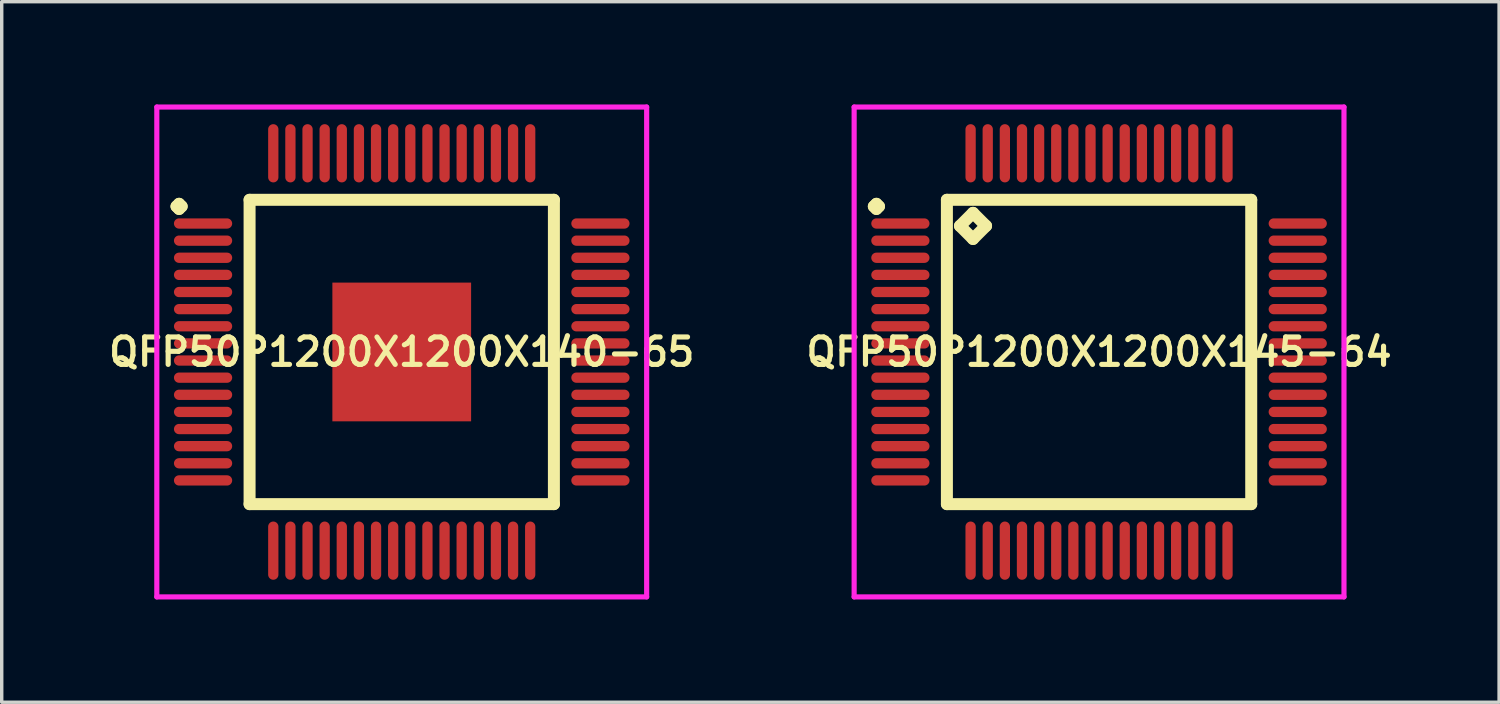
<source format=kicad_pcb>
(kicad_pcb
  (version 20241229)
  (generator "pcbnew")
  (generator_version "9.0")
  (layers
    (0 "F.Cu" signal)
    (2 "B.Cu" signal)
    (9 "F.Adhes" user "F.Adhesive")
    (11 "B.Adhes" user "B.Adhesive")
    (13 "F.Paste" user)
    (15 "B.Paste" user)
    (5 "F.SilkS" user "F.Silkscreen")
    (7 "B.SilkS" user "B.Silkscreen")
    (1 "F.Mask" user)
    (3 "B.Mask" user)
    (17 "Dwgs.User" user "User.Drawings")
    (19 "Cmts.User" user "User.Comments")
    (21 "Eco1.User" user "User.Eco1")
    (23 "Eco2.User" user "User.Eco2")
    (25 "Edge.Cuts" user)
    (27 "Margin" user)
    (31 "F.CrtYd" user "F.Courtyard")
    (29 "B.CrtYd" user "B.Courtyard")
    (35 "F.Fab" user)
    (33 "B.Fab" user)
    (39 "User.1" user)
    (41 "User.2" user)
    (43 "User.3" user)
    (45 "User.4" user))
  (footprint "QFP50P1200X1200X145-64"
    (layer "F.Cu")
    (at 29.035 7.225)
    (property "Reference" "QFP50P1200X1200X145-64" (at 0 0 0) (layer "F.SilkS") (effects (font (size 0.8 0.8) (thickness 0.15))))
    (attr smd)
    (fp_line (start -6.575 -4.25) (end -6.5 -4.325) (stroke (width 0.35) (type solid)) (layer "F.SilkS"))
    (fp_line (start -6.5 -4.325) (end -6.425 -4.25) (stroke (width 0.35) (type solid)) (layer "F.SilkS"))
    (fp_line (start -6.5 -4.175) (end -6.575 -4.25) (stroke (width 0.35) (type solid)) (layer "F.SilkS"))
    (fp_line (start -6.425 -4.25) (end -6.5 -4.175) (stroke (width 0.35) (type solid)) (layer "F.SilkS"))
    (fp_line (start -4.442 -4.442) (end -4.442 4.442) (stroke (width 0.35) (type solid)) (layer "F.SilkS"))
    (fp_line (start -4.442 4.442) (end 4.442 4.442) (stroke (width 0.35) (type solid)) (layer "F.SilkS"))
    (fp_line (start -4.061 -3.68) (end -3.68 -4.061) (stroke (width 0.35) (type solid)) (layer "F.SilkS"))
    (fp_line (start -3.68 -4.061) (end -3.299 -3.68) (stroke (width 0.35) (type solid)) (layer "F.SilkS"))
    (fp_line (start -3.68 -3.299) (end -4.061 -3.68) (stroke (width 0.35) (type solid)) (layer "F.SilkS"))
    (fp_line (start -3.299 -3.68) (end -3.68 -3.299) (stroke (width 0.35) (type solid)) (layer "F.SilkS"))
    (fp_line (start 4.442 -4.442) (end -4.442 -4.442) (stroke (width 0.35) (type solid)) (layer "F.SilkS"))
    (fp_line (start 4.442 4.442) (end 4.442 -4.442) (stroke (width 0.35) (type solid)) (layer "F.SilkS"))
    (fp_line (start -7.15 -7.15) (end 7.15 -7.15) (stroke (width 0.15) (type solid)) (layer "F.CrtYd"))
    (fp_line (start -7.15 7.15) (end -7.15 -7.15) (stroke (width 0.15) (type solid)) (layer "F.CrtYd"))
    (fp_line (start 7.15 -7.15) (end 7.15 7.15) (stroke (width 0.15) (type solid)) (layer "F.CrtYd"))
    (fp_line (start 7.15 7.15) (end -7.15 7.15) (stroke (width 0.15) (type solid)) (layer "F.CrtYd"))
    (pad "1" smd oval (at -5.8 -3.75) (size 1.7 0.3) (layers "F.Cu" "F.Mask" "F.Paste"))
    (pad "2" smd oval (at -5.8 -3.25) (size 1.7 0.3) (layers "F.Cu" "F.Mask" "F.Paste"))
    (pad "3" smd oval (at -5.8 -2.75) (size 1.7 0.3) (layers "F.Cu" "F.Mask" "F.Paste"))
    (pad "4" smd oval (at -5.8 -2.25) (size 1.7 0.3) (layers "F.Cu" "F.Mask" "F.Paste"))
    (pad "5" smd oval (at -5.8 -1.75) (size 1.7 0.3) (layers "F.Cu" "F.Mask" "F.Paste"))
    (pad "6" smd oval (at -5.8 -1.25) (size 1.7 0.3) (layers "F.Cu" "F.Mask" "F.Paste"))
    (pad "7" smd oval (at -5.8 -0.75) (size 1.7 0.3) (layers "F.Cu" "F.Mask" "F.Paste"))
    (pad "8" smd oval (at -5.8 -0.25) (size 1.7 0.3) (layers "F.Cu" "F.Mask" "F.Paste"))
    (pad "9" smd oval (at -5.8 0.25) (size 1.7 0.3) (layers "F.Cu" "F.Mask" "F.Paste"))
    (pad "10" smd oval (at -5.8 0.75) (size 1.7 0.3) (layers "F.Cu" "F.Mask" "F.Paste"))
    (pad "11" smd oval (at -5.8 1.25) (size 1.7 0.3) (layers "F.Cu" "F.Mask" "F.Paste"))
    (pad "12" smd oval (at -5.8 1.75) (size 1.7 0.3) (layers "F.Cu" "F.Mask" "F.Paste"))
    (pad "13" smd oval (at -5.8 2.25) (size 1.7 0.3) (layers "F.Cu" "F.Mask" "F.Paste"))
    (pad "14" smd oval (at -5.8 2.75) (size 1.7 0.3) (layers "F.Cu" "F.Mask" "F.Paste"))
    (pad "15" smd oval (at -5.8 3.25) (size 1.7 0.3) (layers "F.Cu" "F.Mask" "F.Paste"))
    (pad "16" smd oval (at -5.8 3.75) (size 1.7 0.3) (layers "F.Cu" "F.Mask" "F.Paste"))
    (pad "17" smd oval (at -3.75 5.8) (size 0.3 1.7) (layers "F.Cu" "F.Mask" "F.Paste"))
    (pad "18" smd oval (at -3.25 5.8) (size 0.3 1.7) (layers "F.Cu" "F.Mask" "F.Paste"))
    (pad "19" smd oval (at -2.75 5.8) (size 0.3 1.7) (layers "F.Cu" "F.Mask" "F.Paste"))
    (pad "20" smd oval (at -2.25 5.8) (size 0.3 1.7) (layers "F.Cu" "F.Mask" "F.Paste"))
    (pad "21" smd oval (at -1.75 5.8) (size 0.3 1.7) (layers "F.Cu" "F.Mask" "F.Paste"))
    (pad "22" smd oval (at -1.25 5.8) (size 0.3 1.7) (layers "F.Cu" "F.Mask" "F.Paste"))
    (pad "23" smd oval (at -0.75 5.8) (size 0.3 1.7) (layers "F.Cu" "F.Mask" "F.Paste"))
    (pad "24" smd oval (at -0.25 5.8) (size 0.3 1.7) (layers "F.Cu" "F.Mask" "F.Paste"))
    (pad "25" smd oval (at 0.25 5.8) (size 0.3 1.7) (layers "F.Cu" "F.Mask" "F.Paste"))
    (pad "26" smd oval (at 0.75 5.8) (size 0.3 1.7) (layers "F.Cu" "F.Mask" "F.Paste"))
    (pad "27" smd oval (at 1.25 5.8) (size 0.3 1.7) (layers "F.Cu" "F.Mask" "F.Paste"))
    (pad "28" smd oval (at 1.75 5.8) (size 0.3 1.7) (layers "F.Cu" "F.Mask" "F.Paste"))
    (pad "29" smd oval (at 2.25 5.8) (size 0.3 1.7) (layers "F.Cu" "F.Mask" "F.Paste"))
    (pad "30" smd oval (at 2.75 5.8) (size 0.3 1.7) (layers "F.Cu" "F.Mask" "F.Paste"))
    (pad "31" smd oval (at 3.25 5.8) (size 0.3 1.7) (layers "F.Cu" "F.Mask" "F.Paste"))
    (pad "32" smd oval (at 3.75 5.8) (size 0.3 1.7) (layers "F.Cu" "F.Mask" "F.Paste"))
    (pad "33" smd oval (at 5.8 3.75) (size 1.7 0.3) (layers "F.Cu" "F.Mask" "F.Paste"))
    (pad "34" smd oval (at 5.8 3.25) (size 1.7 0.3) (layers "F.Cu" "F.Mask" "F.Paste"))
    (pad "35" smd oval (at 5.8 2.75) (size 1.7 0.3) (layers "F.Cu" "F.Mask" "F.Paste"))
    (pad "36" smd oval (at 5.8 2.25) (size 1.7 0.3) (layers "F.Cu" "F.Mask" "F.Paste"))
    (pad "37" smd oval (at 5.8 1.75) (size 1.7 0.3) (layers "F.Cu" "F.Mask" "F.Paste"))
    (pad "38" smd oval (at 5.8 1.25) (size 1.7 0.3) (layers "F.Cu" "F.Mask" "F.Paste"))
    (pad "39" smd oval (at 5.8 0.75) (size 1.7 0.3) (layers "F.Cu" "F.Mask" "F.Paste"))
    (pad "40" smd oval (at 5.8 0.25) (size 1.7 0.3) (layers "F.Cu" "F.Mask" "F.Paste"))
    (pad "41" smd oval (at 5.8 -0.25) (size 1.7 0.3) (layers "F.Cu" "F.Mask" "F.Paste"))
    (pad "42" smd oval (at 5.8 -0.75) (size 1.7 0.3) (layers "F.Cu" "F.Mask" "F.Paste"))
    (pad "43" smd oval (at 5.8 -1.25) (size 1.7 0.3) (layers "F.Cu" "F.Mask" "F.Paste"))
    (pad "44" smd oval (at 5.8 -1.75) (size 1.7 0.3) (layers "F.Cu" "F.Mask" "F.Paste"))
    (pad "45" smd oval (at 5.8 -2.25) (size 1.7 0.3) (layers "F.Cu" "F.Mask" "F.Paste"))
    (pad "46" smd oval (at 5.8 -2.75) (size 1.7 0.3) (layers "F.Cu" "F.Mask" "F.Paste"))
    (pad "47" smd oval (at 5.8 -3.25) (size 1.7 0.3) (layers "F.Cu" "F.Mask" "F.Paste"))
    (pad "48" smd oval (at 5.8 -3.75) (size 1.7 0.3) (layers "F.Cu" "F.Mask" "F.Paste"))
    (pad "49" smd oval (at 3.75 -5.8) (size 0.3 1.7) (layers "F.Cu" "F.Mask" "F.Paste"))
    (pad "50" smd oval (at 3.25 -5.8) (size 0.3 1.7) (layers "F.Cu" "F.Mask" "F.Paste"))
    (pad "51" smd oval (at 2.75 -5.8) (size 0.3 1.7) (layers "F.Cu" "F.Mask" "F.Paste"))
    (pad "52" smd oval (at 2.25 -5.8) (size 0.3 1.7) (layers "F.Cu" "F.Mask" "F.Paste"))
    (pad "53" smd oval (at 1.75 -5.8) (size 0.3 1.7) (layers "F.Cu" "F.Mask" "F.Paste"))
    (pad "54" smd oval (at 1.25 -5.8) (size 0.3 1.7) (layers "F.Cu" "F.Mask" "F.Paste"))
    (pad "55" smd oval (at 0.75 -5.8) (size 0.3 1.7) (layers "F.Cu" "F.Mask" "F.Paste"))
    (pad "56" smd oval (at 0.25 -5.8) (size 0.3 1.7) (layers "F.Cu" "F.Mask" "F.Paste"))
    (pad "57" smd oval (at -0.25 -5.8) (size 0.3 1.7) (layers "F.Cu" "F.Mask" "F.Paste"))
    (pad "58" smd oval (at -0.75 -5.8) (size 0.3 1.7) (layers "F.Cu" "F.Mask" "F.Paste"))
    (pad "59" smd oval (at -1.25 -5.8) (size 0.3 1.7) (layers "F.Cu" "F.Mask" "F.Paste"))
    (pad "60" smd oval (at -1.75 -5.8) (size 0.3 1.7) (layers "F.Cu" "F.Mask" "F.Paste"))
    (pad "61" smd oval (at -2.25 -5.8) (size 0.3 1.7) (layers "F.Cu" "F.Mask" "F.Paste"))
    (pad "62" smd oval (at -2.75 -5.8) (size 0.3 1.7) (layers "F.Cu" "F.Mask" "F.Paste"))
    (pad "63" smd oval (at -3.25 -5.8) (size 0.3 1.7) (layers "F.Cu" "F.Mask" "F.Paste"))
    (pad "64" smd oval (at -3.75 -5.8) (size 0.3 1.7) (layers "F.Cu" "F.Mask" "F.Paste")))
  (footprint "QFP50P1200X1200X140-65"
    (layer "F.Cu")
    (at 8.678 7.225)
    (property "Reference" "QFP50P1200X1200X140-65" (at 0 0 0) (layer "F.SilkS") (effects (font (size 0.8 0.8) (thickness 0.15))))
    (attr smd)
    (fp_line (start -6.575 -4.25) (end -6.5 -4.325) (stroke (width 0.35) (type solid)) (layer "F.SilkS"))
    (fp_line (start -6.5 -4.325) (end -6.425 -4.25) (stroke (width 0.35) (type solid)) (layer "F.SilkS"))
    (fp_line (start -6.5 -4.175) (end -6.575 -4.25) (stroke (width 0.35) (type solid)) (layer "F.SilkS"))
    (fp_line (start -6.425 -4.25) (end -6.5 -4.175) (stroke (width 0.35) (type solid)) (layer "F.SilkS"))
    (fp_line (start -4.442 -4.442) (end -4.442 4.442) (stroke (width 0.35) (type solid)) (layer "F.SilkS"))
    (fp_line (start -4.442 4.442) (end 4.442 4.442) (stroke (width 0.35) (type solid)) (layer "F.SilkS"))
    (fp_line (start 4.442 -4.442) (end -4.442 -4.442) (stroke (width 0.35) (type solid)) (layer "F.SilkS"))
    (fp_line (start 4.442 4.442) (end 4.442 -4.442) (stroke (width 0.35) (type solid)) (layer "F.SilkS"))
    (fp_line (start -7.15 -7.15) (end 7.15 -7.15) (stroke (width 0.15) (type solid)) (layer "F.CrtYd"))
    (fp_line (start -7.15 7.15) (end -7.15 -7.15) (stroke (width 0.15) (type solid)) (layer "F.CrtYd"))
    (fp_line (start 7.15 -7.15) (end 7.15 7.15) (stroke (width 0.15) (type solid)) (layer "F.CrtYd"))
    (fp_line (start 7.15 7.15) (end -7.15 7.15) (stroke (width 0.15) (type solid)) (layer "F.CrtYd"))
    (pad "1" smd oval (at -5.8 -3.75) (size 1.7 0.3) (layers "F.Cu" "F.Mask" "F.Paste"))
    (pad "2" smd oval (at -5.8 -3.25) (size 1.7 0.3) (layers "F.Cu" "F.Mask" "F.Paste"))
    (pad "3" smd oval (at -5.8 -2.75) (size 1.7 0.3) (layers "F.Cu" "F.Mask" "F.Paste"))
    (pad "4" smd oval (at -5.8 -2.25) (size 1.7 0.3) (layers "F.Cu" "F.Mask" "F.Paste"))
    (pad "5" smd oval (at -5.8 -1.75) (size 1.7 0.3) (layers "F.Cu" "F.Mask" "F.Paste"))
    (pad "6" smd oval (at -5.8 -1.25) (size 1.7 0.3) (layers "F.Cu" "F.Mask" "F.Paste"))
    (pad "7" smd oval (at -5.8 -0.75) (size 1.7 0.3) (layers "F.Cu" "F.Mask" "F.Paste"))
    (pad "8" smd oval (at -5.8 -0.25) (size 1.7 0.3) (layers "F.Cu" "F.Mask" "F.Paste"))
    (pad "9" smd oval (at -5.8 0.25) (size 1.7 0.3) (layers "F.Cu" "F.Mask" "F.Paste"))
    (pad "10" smd oval (at -5.8 0.75) (size 1.7 0.3) (layers "F.Cu" "F.Mask" "F.Paste"))
    (pad "11" smd oval (at -5.8 1.25) (size 1.7 0.3) (layers "F.Cu" "F.Mask" "F.Paste"))
    (pad "12" smd oval (at -5.8 1.75) (size 1.7 0.3) (layers "F.Cu" "F.Mask" "F.Paste"))
    (pad "13" smd oval (at -5.8 2.25) (size 1.7 0.3) (layers "F.Cu" "F.Mask" "F.Paste"))
    (pad "14" smd oval (at -5.8 2.75) (size 1.7 0.3) (layers "F.Cu" "F.Mask" "F.Paste"))
    (pad "15" smd oval (at -5.8 3.25) (size 1.7 0.3) (layers "F.Cu" "F.Mask" "F.Paste"))
    (pad "16" smd oval (at -5.8 3.75) (size 1.7 0.3) (layers "F.Cu" "F.Mask" "F.Paste"))
    (pad "17" smd oval (at -3.75 5.8) (size 0.3 1.7) (layers "F.Cu" "F.Mask" "F.Paste"))
    (pad "18" smd oval (at -3.25 5.8) (size 0.3 1.7) (layers "F.Cu" "F.Mask" "F.Paste"))
    (pad "19" smd oval (at -2.75 5.8) (size 0.3 1.7) (layers "F.Cu" "F.Mask" "F.Paste"))
    (pad "20" smd oval (at -2.25 5.8) (size 0.3 1.7) (layers "F.Cu" "F.Mask" "F.Paste"))
    (pad "21" smd oval (at -1.75 5.8) (size 0.3 1.7) (layers "F.Cu" "F.Mask" "F.Paste"))
    (pad "22" smd oval (at -1.25 5.8) (size 0.3 1.7) (layers "F.Cu" "F.Mask" "F.Paste"))
    (pad "23" smd oval (at -0.75 5.8) (size 0.3 1.7) (layers "F.Cu" "F.Mask" "F.Paste"))
    (pad "24" smd oval (at -0.25 5.8) (size 0.3 1.7) (layers "F.Cu" "F.Mask" "F.Paste"))
    (pad "25" smd oval (at 0.25 5.8) (size 0.3 1.7) (layers "F.Cu" "F.Mask" "F.Paste"))
    (pad "26" smd oval (at 0.75 5.8) (size 0.3 1.7) (layers "F.Cu" "F.Mask" "F.Paste"))
    (pad "27" smd oval (at 1.25 5.8) (size 0.3 1.7) (layers "F.Cu" "F.Mask" "F.Paste"))
    (pad "28" smd oval (at 1.75 5.8) (size 0.3 1.7) (layers "F.Cu" "F.Mask" "F.Paste"))
    (pad "29" smd oval (at 2.25 5.8) (size 0.3 1.7) (layers "F.Cu" "F.Mask" "F.Paste"))
    (pad "30" smd oval (at 2.75 5.8) (size 0.3 1.7) (layers "F.Cu" "F.Mask" "F.Paste"))
    (pad "31" smd oval (at 3.25 5.8) (size 0.3 1.7) (layers "F.Cu" "F.Mask" "F.Paste"))
    (pad "32" smd oval (at 3.75 5.8) (size 0.3 1.7) (layers "F.Cu" "F.Mask" "F.Paste"))
    (pad "33" smd oval (at 5.8 3.75) (size 1.7 0.3) (layers "F.Cu" "F.Mask" "F.Paste"))
    (pad "34" smd oval (at 5.8 3.25) (size 1.7 0.3) (layers "F.Cu" "F.Mask" "F.Paste"))
    (pad "35" smd oval (at 5.8 2.75) (size 1.7 0.3) (layers "F.Cu" "F.Mask" "F.Paste"))
    (pad "36" smd oval (at 5.8 2.25) (size 1.7 0.3) (layers "F.Cu" "F.Mask" "F.Paste"))
    (pad "37" smd oval (at 5.8 1.75) (size 1.7 0.3) (layers "F.Cu" "F.Mask" "F.Paste"))
    (pad "38" smd oval (at 5.8 1.25) (size 1.7 0.3) (layers "F.Cu" "F.Mask" "F.Paste"))
    (pad "39" smd oval (at 5.8 0.75) (size 1.7 0.3) (layers "F.Cu" "F.Mask" "F.Paste"))
    (pad "40" smd oval (at 5.8 0.25) (size 1.7 0.3) (layers "F.Cu" "F.Mask" "F.Paste"))
    (pad "41" smd oval (at 5.8 -0.25) (size 1.7 0.3) (layers "F.Cu" "F.Mask" "F.Paste"))
    (pad "42" smd oval (at 5.8 -0.75) (size 1.7 0.3) (layers "F.Cu" "F.Mask" "F.Paste"))
    (pad "43" smd oval (at 5.8 -1.25) (size 1.7 0.3) (layers "F.Cu" "F.Mask" "F.Paste"))
    (pad "44" smd oval (at 5.8 -1.75) (size 1.7 0.3) (layers "F.Cu" "F.Mask" "F.Paste"))
    (pad "45" smd oval (at 5.8 -2.25) (size 1.7 0.3) (layers "F.Cu" "F.Mask" "F.Paste"))
    (pad "46" smd oval (at 5.8 -2.75) (size 1.7 0.3) (layers "F.Cu" "F.Mask" "F.Paste"))
    (pad "47" smd oval (at 5.8 -3.25) (size 1.7 0.3) (layers "F.Cu" "F.Mask" "F.Paste"))
    (pad "48" smd oval (at 5.8 -3.75) (size 1.7 0.3) (layers "F.Cu" "F.Mask" "F.Paste"))
    (pad "49" smd oval (at 3.75 -5.8) (size 0.3 1.7) (layers "F.Cu" "F.Mask" "F.Paste"))
    (pad "50" smd oval (at 3.25 -5.8) (size 0.3 1.7) (layers "F.Cu" "F.Mask" "F.Paste"))
    (pad "51" smd oval (at 2.75 -5.8) (size 0.3 1.7) (layers "F.Cu" "F.Mask" "F.Paste"))
    (pad "52" smd oval (at 2.25 -5.8) (size 0.3 1.7) (layers "F.Cu" "F.Mask" "F.Paste"))
    (pad "53" smd oval (at 1.75 -5.8) (size 0.3 1.7) (layers "F.Cu" "F.Mask" "F.Paste"))
    (pad "54" smd oval (at 1.25 -5.8) (size 0.3 1.7) (layers "F.Cu" "F.Mask" "F.Paste"))
    (pad "55" smd oval (at 0.75 -5.8) (size 0.3 1.7) (layers "F.Cu" "F.Mask" "F.Paste"))
    (pad "56" smd oval (at 0.25 -5.8) (size 0.3 1.7) (layers "F.Cu" "F.Mask" "F.Paste"))
    (pad "57" smd oval (at -0.25 -5.8) (size 0.3 1.7) (layers "F.Cu" "F.Mask" "F.Paste"))
    (pad "58" smd oval (at -0.75 -5.8) (size 0.3 1.7) (layers "F.Cu" "F.Mask" "F.Paste"))
    (pad "59" smd oval (at -1.25 -5.8) (size 0.3 1.7) (layers "F.Cu" "F.Mask" "F.Paste"))
    (pad "60" smd oval (at -1.75 -5.8) (size 0.3 1.7) (layers "F.Cu" "F.Mask" "F.Paste"))
    (pad "61" smd oval (at -2.25 -5.8) (size 0.3 1.7) (layers "F.Cu" "F.Mask" "F.Paste"))
    (pad "62" smd oval (at -2.75 -5.8) (size 0.3 1.7) (layers "F.Cu" "F.Mask" "F.Paste"))
    (pad "63" smd oval (at -3.25 -5.8) (size 0.3 1.7) (layers "F.Cu" "F.Mask" "F.Paste"))
    (pad "64" smd oval (at -3.75 -5.8) (size 0.3 1.7) (layers "F.Cu" "F.Mask" "F.Paste"))
    (pad "65" smd rect (at 0 0) (size 4.05 4.05) (layers "F.Cu" "F.Mask" "F.Paste")))
  (gr_rect
    (start -3 -3)
    (end 40.713 17.45)
    (stroke (width 0.1) (type default))
    (fill no)
    (layer "Edge.Cuts")))
</source>
